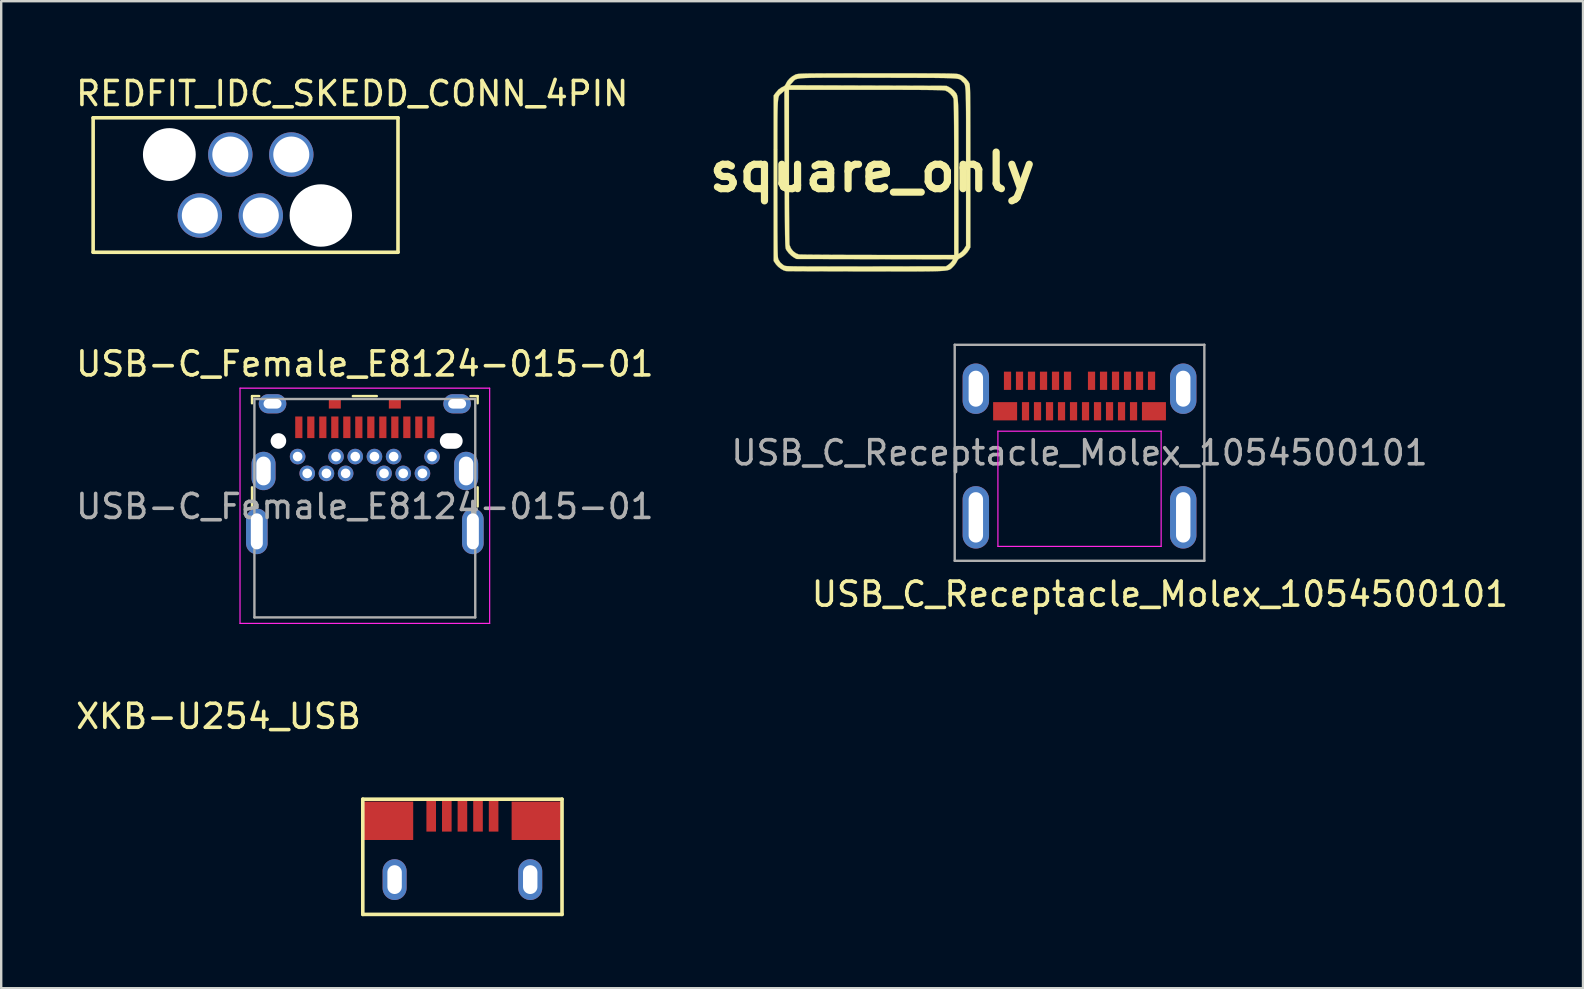
<source format=kicad_pcb>
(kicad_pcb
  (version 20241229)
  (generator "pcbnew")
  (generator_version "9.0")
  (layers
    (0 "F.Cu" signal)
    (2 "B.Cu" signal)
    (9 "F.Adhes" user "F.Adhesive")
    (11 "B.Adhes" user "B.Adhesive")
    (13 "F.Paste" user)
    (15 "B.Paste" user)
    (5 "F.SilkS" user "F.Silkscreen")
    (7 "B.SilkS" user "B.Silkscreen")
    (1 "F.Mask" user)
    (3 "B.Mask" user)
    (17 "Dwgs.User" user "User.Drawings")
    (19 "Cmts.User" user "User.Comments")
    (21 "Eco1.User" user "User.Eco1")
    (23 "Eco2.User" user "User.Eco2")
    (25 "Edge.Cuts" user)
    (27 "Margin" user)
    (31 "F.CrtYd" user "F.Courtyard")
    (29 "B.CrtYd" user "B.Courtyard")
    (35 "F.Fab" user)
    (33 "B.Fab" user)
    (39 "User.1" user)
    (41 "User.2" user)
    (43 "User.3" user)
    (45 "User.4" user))
  (footprint "USB_C_Receptacle_Molex_1054500101"
    (layer "F.Cu")
    (at 41.923 15.813)
    (property "Reference" "USB_C_Receptacle_Molex_1054500101" (at 3.35 5.89 0) (layer "F.SilkS") (effects (font (size 1 1) (thickness 0.15))))
    (attr smd)
    (fp_line (start -3.4 -0.9) (end 3.4 -0.9) (stroke (width 0.05) (type solid)) (layer "F.CrtYd"))
    (fp_line (start -3.4 3.9) (end -3.4 -0.9) (stroke (width 0.05) (type solid)) (layer "F.CrtYd"))
    (fp_line (start 3.4 -0.9) (end 3.4 3.9) (stroke (width 0.05) (type solid)) (layer "F.CrtYd"))
    (fp_line (start 3.4 3.9) (end -3.4 3.9) (stroke (width 0.05) (type solid)) (layer "F.CrtYd"))
    (fp_line (start -5.2 -4.5) (end -5.2 4.5) (stroke (width 0.1) (type solid)) (layer "F.Fab"))
    (fp_line (start -5.2 -4.5) (end 5.2 -4.5) (stroke (width 0.1) (type solid)) (layer "F.Fab"))
    (fp_line (start -5.2 4.5) (end 5.2 4.5) (stroke (width 0.1) (type solid)) (layer "F.Fab"))
    (fp_line (start 5.2 4.5) (end 5.2 -4.5) (stroke (width 0.1) (type solid)) (layer "F.Fab"))
    (fp_text user "${REFERENCE}" (at 0 0 0) (layer "F.Fab") (effects (font (size 1 1) (thickness 0.15))))
    (pad "A1" smd rect (at -3 -3) (size 0.3 0.76) (layers "F.Cu" "F.Mask" "F.Paste"))
    (pad "A2" smd rect (at -2.5 -3) (size 0.3 0.76) (layers "F.Cu" "F.Mask" "F.Paste"))
    (pad "A3" smd rect (at -2 -3) (size 0.3 0.76) (layers "F.Cu" "F.Mask" "F.Paste"))
    (pad "A4" smd rect (at -1.5 -3) (size 0.3 0.76) (layers "F.Cu" "F.Mask" "F.Paste"))
    (pad "A5" smd rect (at -1 -3) (size 0.3 0.76) (layers "F.Cu" "F.Mask" "F.Paste"))
    (pad "A6" smd rect (at -0.5 -3) (size 0.3 0.76) (layers "F.Cu" "F.Mask" "F.Paste"))
    (pad "A7" smd rect (at 0.5 -3) (size 0.3 0.76) (layers "F.Cu" "F.Mask" "F.Paste"))
    (pad "A8" smd rect (at 1 -3) (size 0.3 0.76) (layers "F.Cu" "F.Mask" "F.Paste"))
    (pad "A9" smd rect (at 1.5 -3) (size 0.3 0.76) (layers "F.Cu" "F.Mask" "F.Paste"))
    (pad "A10" smd rect (at 2 -3) (size 0.3 0.76) (layers "F.Cu" "F.Mask" "F.Paste"))
    (pad "A11" smd rect (at 2.5 -3) (size 0.3 0.76) (layers "F.Cu" "F.Mask" "F.Paste"))
    (pad "A12" smd rect (at 3 -3) (size 0.3 0.76) (layers "F.Cu" "F.Mask" "F.Paste"))
    (pad "B1" smd rect (at 3.1 -1.73) (size 1 0.76) (layers "F.Cu" "F.Mask" "F.Paste"))
    (pad "B2" smd rect (at 2.25 -1.73) (size 0.3 0.76) (layers "F.Cu" "F.Mask" "F.Paste"))
    (pad "B3" smd rect (at 1.75 -1.73) (size 0.3 0.76) (layers "F.Cu" "F.Mask" "F.Paste"))
    (pad "B4" smd rect (at 1.25 -1.73) (size 0.3 0.76) (layers "F.Cu" "F.Mask" "F.Paste"))
    (pad "B5" smd rect (at 0.75 -1.73) (size 0.3 0.76) (layers "F.Cu" "F.Mask" "F.Paste"))
    (pad "B6" smd rect (at 0.25 -1.73) (size 0.3 0.76) (layers "F.Cu" "F.Mask" "F.Paste"))
    (pad "B7" smd rect (at -0.25 -1.73) (size 0.3 0.76) (layers "F.Cu" "F.Mask" "F.Paste"))
    (pad "B8" smd rect (at -0.75 -1.73) (size 0.3 0.76) (layers "F.Cu" "F.Mask" "F.Paste"))
    (pad "B9" smd rect (at -1.25 -1.73) (size 0.3 0.76) (layers "F.Cu" "F.Mask" "F.Paste"))
    (pad "B10" smd rect (at -1.75 -1.73) (size 0.3 0.76) (layers "F.Cu" "F.Mask" "F.Paste"))
    (pad "B11" smd rect (at -2.25 -1.73) (size 0.3 0.76) (layers "F.Cu" "F.Mask" "F.Paste"))
    (pad "B12" smd rect (at -3.1 -1.73) (size 1 0.76) (layers "F.Cu" "F.Mask" "F.Paste"))
    (pad "S1" thru_hole oval (at -4.32 -2.67) (size 1.1 2.1) (drill oval 0.6 1.5) (layers "*.Cu" "*.Mask"))
    (pad "S1" thru_hole oval (at -4.32 2.69) (size 1.1 2.6) (drill oval 0.6 2.1) (layers "*.Cu" "*.Mask"))
    (pad "S1" thru_hole oval (at 4.32 -2.67) (size 1.1 2.1) (drill oval 0.6 1.5) (layers "*.Cu" "*.Mask"))
    (pad "S1" thru_hole oval (at 4.32 2.69) (size 1.1 2.6) (drill oval 0.6 2.1) (layers "*.Cu" "*.Mask")))
  (footprint "XKB-U254_USB"
    (layer "F.Cu")
    (at 16.214 32.644)
    (property "Reference" "XKB-U254_USB" (at -10.16 -5.85 0) (layer "F.SilkS") (effects (font (size 1 1) (thickness 0.15))))
    (attr through_hole)
    (fp_line (start -4.15 -2.4) (end -4.15 2.4) (stroke (width 0.15) (type solid)) (layer "F.SilkS"))
    (fp_line (start -4.15 -2.4) (end 4.15 -2.4) (stroke (width 0.15) (type solid)) (layer "F.SilkS"))
    (fp_line (start -4.15 2.4) (end 4.15 2.4) (stroke (width 0.15) (type solid)) (layer "F.SilkS"))
    (fp_line (start 4.15 -2.4) (end 4.15 2.4) (stroke (width 0.15) (type solid)) (layer "F.SilkS"))
    (pad "0" thru_hole oval (at -2.825 0.95) (size 1 1.7) (drill oval 0.6 1.2) (layers "*.Cu" "*.Mask"))
    (pad "0" thru_hole oval (at 2.825 0.95) (size 1 1.7) (drill oval 0.6 1.2) (layers "*.Cu" "*.Mask"))
    (pad "1" smd rect (at -1.3 -1.725) (size 0.4 1.35) (layers "F.Cu" "F.Mask" "F.Paste"))
    (pad "2" smd rect (at -0.65 -1.725) (size 0.4 1.35) (layers "F.Cu" "F.Mask" "F.Paste"))
    (pad "3" smd rect (at 0 -1.725) (size 0.4 1.35) (layers "F.Cu" "F.Mask" "F.Paste"))
    (pad "4" smd rect (at 0.65 -1.725) (size 0.4 1.35) (layers "F.Cu" "F.Mask" "F.Paste"))
    (pad "5" smd rect (at 1.3 -1.725) (size 0.4 1.35) (layers "F.Cu" "F.Mask" "F.Paste"))
    (pad "6" smd rect (at -3.1 -1.5) (size 2.1 1.6) (layers "F.Cu" "F.Mask" "F.Paste"))
    (pad "6" smd rect (at 3.1 -1.5) (size 2.1 1.6) (layers "F.Cu" "F.Mask" "F.Paste")))
  (footprint "square_only"
    (layer "F.Cu")
    (at 33.297 4.12)
    (property "Reference" "square_only" (at 0 0 0) (layer "F.SilkS") (effects (font (size 1.524 1.524) (thickness 0.3))))
    (attr through_hole)
    (fp_poly (pts (xy 0.692 -4.115) (xy 1.12 -4.115) (xy 1.502 -4.115) (xy 1.841 -4.114) (xy 2.141 -4.114) (xy 2.403 -4.113) (xy 2.631 -4.112) (xy 2.826 -4.111) (xy 2.992 -4.109) (xy 3.132 -4.107) (xy 3.247 -4.105) (xy 3.342 -4.102) (xy 3.418 -4.099) (xy 3.477 -4.095) (xy 3.524 -4.091) (xy 3.56 -4.086) (xy 3.589 -4.08) (xy 3.612 -4.074) (xy 3.633 -4.066) (xy 3.638 -4.064) (xy 3.769 -3.994) (xy 3.894 -3.888) (xy 3.998 -3.762) (xy 4.029 -3.708) (xy 4.036 -3.694) (xy 4.042 -3.676) (xy 4.048 -3.653) (xy 4.053 -3.62) (xy 4.057 -3.576) (xy 4.061 -3.519) (xy 4.064 -3.445) (xy 4.067 -3.351) (xy 4.069 -3.236) (xy 4.071 -3.097) (xy 4.072 -2.931) (xy 4.074 -2.735) (xy 4.075 -2.507) (xy 4.075 -2.244) (xy 4.076 -1.944) (xy 4.076 -1.604) (xy 4.077 -1.222) (xy 4.077 -0.794) (xy 4.077 -0.318) (xy 4.077 -0.241) (xy 4.077 3.137) (xy 4.022 3.24) (xy 3.955 3.338) (xy 3.863 3.436) (xy 3.763 3.52) (xy 3.668 3.576) (xy 3.654 3.582) (xy 3.587 3.619) (xy 3.54 3.682) (xy 3.521 3.722) (xy 3.477 3.8) (xy 3.41 3.887) (xy 3.354 3.946) (xy 3.326 3.974) (xy 3.301 3.998) (xy 3.277 4.021) (xy 3.251 4.04) (xy 3.221 4.058) (xy 3.183 4.073) (xy 3.136 4.087) (xy 3.076 4.098) (xy 3.001 4.108) (xy 2.909 4.116) (xy 2.796 4.122) (xy 2.66 4.127) (xy 2.499 4.131) (xy 2.309 4.134) (xy 2.089 4.136) (xy 1.835 4.138) (xy 1.544 4.138) (xy 1.215 4.138) (xy 0.845 4.138) (xy 0.43 4.137) (xy -0.032 4.137) (xy -0.29 4.136) (xy -0.694 4.136) (xy -1.084 4.135) (xy -1.458 4.134) (xy -1.812 4.133) (xy -2.143 4.132) (xy -2.449 4.131) (xy -2.726 4.13) (xy -2.971 4.129) (xy -3.181 4.128) (xy -3.353 4.126) (xy -3.483 4.125) (xy -3.57 4.124) (xy -3.609 4.122) (xy -3.61 4.122) (xy -3.709 4.09) (xy -3.819 4.026) (xy -3.926 3.944) (xy -4.013 3.853) (xy -4.032 3.826) (xy -4.115 3.703) (xy -4.115 -1.294) (xy -3.962 -1.294) (xy -3.962 -0.934) (xy -3.962 -0.53) (xy -3.962 -0.08) (xy -3.962 0.258) (xy -3.962 0.734) (xy -3.962 1.162) (xy -3.961 1.545) (xy -3.961 1.885) (xy -3.96 2.184) (xy -3.96 2.447) (xy -3.958 2.674) (xy -3.957 2.869) (xy -3.955 3.034) (xy -3.953 3.173) (xy -3.951 3.287) (xy -3.948 3.38) (xy -3.945 3.454) (xy -3.941 3.512) (xy -3.937 3.556) (xy -3.932 3.588) (xy -3.926 3.613) (xy -3.92 3.632) (xy -3.914 3.645) (xy -3.833 3.771) (xy -3.716 3.868) (xy -3.67 3.895) (xy -3.656 3.901) (xy -3.633 3.906) (xy -3.601 3.911) (xy -3.555 3.915) (xy -3.494 3.918) (xy -3.415 3.921) (xy -3.316 3.924) (xy -3.193 3.926) (xy -3.045 3.928) (xy -2.868 3.929) (xy -2.66 3.93) (xy -2.419 3.931) (xy -2.142 3.931) (xy -1.826 3.932) (xy -1.469 3.931) (xy -1.068 3.931) (xy -0.621 3.93) (xy -0.265 3.93) (xy 3.065 3.924) (xy 3.165 3.855) (xy 3.237 3.795) (xy 3.296 3.73) (xy 3.31 3.709) (xy 3.355 3.633) (xy -3.162 3.619) (xy -3.264 3.565) (xy -3.38 3.483) (xy -3.493 3.373) (xy -3.582 3.253) (xy -3.598 3.226) (xy -3.605 3.211) (xy -3.611 3.193) (xy -3.616 3.168) (xy -3.621 3.134) (xy -3.626 3.089) (xy -3.63 3.029) (xy -3.633 2.952) (xy -3.636 2.856) (xy -3.639 2.737) (xy -3.642 2.593) (xy -3.644 2.422) (xy -3.646 2.22) (xy -3.648 1.986) (xy -3.649 1.716) (xy -3.651 1.407) (xy -3.653 1.058) (xy -3.654 0.665) (xy -3.656 0.226) (xy -3.658 -0.126) (xy -3.67 -3.39) (xy -3.776 -3.294) (xy -3.802 -3.272) (xy -3.826 -3.253) (xy -3.848 -3.235) (xy -3.867 -3.215) (xy -3.884 -3.191) (xy -3.899 -3.16) (xy -3.912 -3.12) (xy -3.923 -3.067) (xy -3.932 -3) (xy -3.94 -2.915) (xy -3.946 -2.81) (xy -3.951 -2.683) (xy -3.955 -2.53) (xy -3.958 -2.349) (xy -3.96 -2.138) (xy -3.961 -1.893) (xy -3.962 -1.613) (xy -3.962 -1.294) (xy -4.115 -1.294) (xy -4.115 -3.193) (xy -4.042 -3.293) (xy -3.929 -3.423) (xy -3.922 -3.429) (xy -3.48 -3.429) (xy -3.479 -0.248) (xy -3.479 0.152) (xy -3.478 0.539) (xy -3.477 0.909) (xy -3.476 1.26) (xy -3.475 1.589) (xy -3.473 1.892) (xy -3.471 2.166) (xy -3.469 2.409) (xy -3.467 2.616) (xy -3.464 2.785) (xy -3.462 2.913) (xy -3.459 2.996) (xy -3.456 3.03) (xy -3.4 3.169) (xy -3.307 3.29) (xy -3.187 3.382) (xy -3.067 3.43) (xy -3.032 3.432) (xy -2.949 3.434) (xy -2.821 3.437) (xy -2.652 3.439) (xy -2.445 3.441) (xy -2.203 3.443) (xy -1.928 3.445) (xy -1.625 3.447) (xy -1.297 3.448) (xy -0.945 3.45) (xy -0.574 3.451) (xy -0.187 3.451) (xy 0.21 3.452) (xy 3.404 3.454) (xy 3.403 0.248) (xy 3.403 -0.291) (xy 3.403 -0.779) (xy 3.402 -1.218) (xy 3.4 -1.608) (xy 3.399 -1.95) (xy 3.396 -2.245) (xy 3.394 -2.493) (xy 3.391 -2.696) (xy 3.387 -2.853) (xy 3.384 -2.966) (xy 3.379 -3.034) (xy 3.376 -3.057) (xy 3.329 -3.155) (xy 3.248 -3.254) (xy 3.149 -3.338) (xy 3.046 -3.393) (xy 3.032 -3.398) (xy 3.005 -3.403) (xy 2.954 -3.407) (xy 2.879 -3.411) (xy 2.777 -3.414) (xy 2.646 -3.417) (xy 2.483 -3.42) (xy 2.287 -3.422) (xy 2.056 -3.424) (xy 1.786 -3.426) (xy 1.477 -3.427) (xy 1.127 -3.428) (xy 0.732 -3.428) (xy 0.29 -3.429) (xy -0.199 -3.429) (xy -0.276 -3.429) (xy -3.48 -3.429) (xy -3.922 -3.429) (xy -3.806 -3.519) (xy -3.725 -3.558) (xy -3.651 -3.603) (xy -3.642 -3.619) (xy -3.442 -3.619) (xy 3.086 -3.594) (xy 3.207 -3.535) (xy 3.299 -3.477) (xy 3.388 -3.402) (xy 3.415 -3.373) (xy 3.439 -3.346) (xy 3.46 -3.322) (xy 3.479 -3.299) (xy 3.496 -3.273) (xy 3.511 -3.243) (xy 3.525 -3.204) (xy 3.536 -3.156) (xy 3.546 -3.094) (xy 3.554 -3.017) (xy 3.561 -2.922) (xy 3.567 -2.805) (xy 3.571 -2.665) (xy 3.575 -2.499) (xy 3.577 -2.303) (xy 3.579 -2.076) (xy 3.58 -1.815) (xy 3.581 -1.516) (xy 3.581 -1.178) (xy 3.582 -0.798) (xy 3.581 -0.372) (xy 3.581 0.101) (xy 3.581 0.185) (xy 3.581 3.409) (xy 3.664 3.357) (xy 3.726 3.305) (xy 3.791 3.23) (xy 3.823 3.185) (xy 3.899 3.065) (xy 3.899 -0.239) (xy 3.899 -0.722) (xy 3.899 -1.156) (xy 3.899 -1.545) (xy 3.899 -1.891) (xy 3.899 -2.197) (xy 3.898 -2.465) (xy 3.896 -2.698) (xy 3.894 -2.899) (xy 3.891 -3.07) (xy 3.888 -3.214) (xy 3.883 -3.333) (xy 3.877 -3.43) (xy 3.87 -3.508) (xy 3.862 -3.57) (xy 3.852 -3.618) (xy 3.84 -3.654) (xy 3.827 -3.681) (xy 3.812 -3.703) (xy 3.796 -3.72) (xy 3.777 -3.737) (xy 3.756 -3.756) (xy 3.743 -3.768) (xy 3.722 -3.791) (xy 3.704 -3.811) (xy 3.686 -3.829) (xy 3.667 -3.845) (xy 3.643 -3.859) (xy 3.611 -3.872) (xy 3.569 -3.883) (xy 3.515 -3.892) (xy 3.445 -3.9) (xy 3.357 -3.906) (xy 3.248 -3.912) (xy 3.116 -3.916) (xy 2.957 -3.92) (xy 2.771 -3.922) (xy 2.552 -3.925) (xy 2.3 -3.926) (xy 2.011 -3.927) (xy 1.683 -3.928) (xy 1.313 -3.929) (xy 0.898 -3.93) (xy 0.436 -3.931) (xy 0.281 -3.931) (xy -0.205 -3.932) (xy -0.644 -3.933) (xy -1.036 -3.934) (xy -1.386 -3.935) (xy -1.696 -3.935) (xy -1.968 -3.934) (xy -2.205 -3.932) (xy -2.409 -3.93) (xy -2.584 -3.927) (xy -2.731 -3.922) (xy -2.855 -3.917) (xy -2.956 -3.909) (xy -3.038 -3.9) (xy -3.103 -3.89) (xy -3.155 -3.877) (xy -3.195 -3.863) (xy -3.226 -3.846) (xy -3.251 -3.827) (xy -3.273 -3.806) (xy -3.294 -3.782) (xy -3.317 -3.755) (xy -3.33 -3.74) (xy -3.442 -3.619) (xy -3.642 -3.619) (xy -3.607 -3.679) (xy -3.547 -3.789) (xy -3.452 -3.898) (xy -3.338 -3.993) (xy -3.219 -4.059) (xy -3.209 -4.063) (xy -3.189 -4.071) (xy -3.167 -4.077) (xy -3.141 -4.083) (xy -3.108 -4.089) (xy -3.066 -4.093) (xy -3.012 -4.097) (xy -2.943 -4.101) (xy -2.857 -4.104) (xy -2.751 -4.107) (xy -2.622 -4.109) (xy -2.468 -4.11) (xy -2.285 -4.112) (xy -2.072 -4.113) (xy -1.825 -4.114) (xy -1.542 -4.114) (xy -1.22 -4.114) (xy -0.856 -4.115) (xy -0.448 -4.115) (xy 0.007 -4.115) (xy 0.216 -4.115) (xy 0.692 -4.115)) (stroke (width 0.01) (type solid)) (fill yes) (layer "F.SilkS")))
  (footprint "USB-C_Female_E8124-015-01"
    (layer "F.Cu")
    (at 12.149 14.751)
    (property "Reference" "USB-C_Female_E8124-015-01" (at 0 -2.64 0) (layer "F.SilkS") (effects (font (size 1 1) (thickness 0.15))))
    (attr smd)
    (fp_line (start -4.7 -1.3) (end -4.7 -1) (stroke (width 0.1) (type solid)) (layer "F.SilkS"))
    (fp_line (start -4.7 -1.3) (end -4.4 -1.3) (stroke (width 0.1) (type solid)) (layer "F.SilkS"))
    (fp_line (start -4.7 2.5) (end -4.7 3.3) (stroke (width 0.1) (type solid)) (layer "F.SilkS"))
    (fp_line (start -0.5 -1.3) (end 0.5 -1.3) (stroke (width 0.1) (type solid)) (layer "F.SilkS"))
    (fp_line (start 4.4 -1.3) (end 4.7 -1.3) (stroke (width 0.1) (type solid)) (layer "F.SilkS"))
    (fp_line (start 4.7 -1.3) (end 4.7 -1) (stroke (width 0.1) (type solid)) (layer "F.SilkS"))
    (fp_line (start 4.7 2.5) (end 4.7 3.3) (stroke (width 0.1) (type solid)) (layer "F.SilkS"))
    (fp_line (start -5.2 -1.63) (end -5.2 8.17) (stroke (width 0.05) (type solid)) (layer "F.CrtYd"))
    (fp_line (start 5.2 -1.63) (end -5.2 -1.63) (stroke (width 0.05) (type solid)) (layer "F.CrtYd"))
    (fp_line (start 5.2 -1.63) (end 5.2 8.17) (stroke (width 0.05) (type solid)) (layer "F.CrtYd"))
    (fp_line (start 5.2 8.17) (end -5.2 8.17) (stroke (width 0.05) (type solid)) (layer "F.CrtYd"))
    (fp_line (start -4.6 -1.18) (end -4.6 7.92) (stroke (width 0.1) (type solid)) (layer "F.Fab"))
    (fp_line (start 4.6 -1.18) (end -4.6 -1.18) (stroke (width 0.1) (type solid)) (layer "F.Fab"))
    (fp_line (start 4.6 -1.18) (end 4.6 7.92) (stroke (width 0.1) (type solid)) (layer "F.Fab"))
    (fp_line (start 4.6 7.92) (end -4.6 7.92) (stroke (width 0.1) (type solid)) (layer "F.Fab"))
    (fp_text user "${REFERENCE}" (at 0 3.3 0) (layer "F.Fab") (effects (font (size 1 1) (thickness 0.15))))
    (pad "" np_thru_hole circle (at -3.6 0.57) (size 0.65 0.65) (drill 0.65) (layers "*.Cu" "*.Mask"))
    (pad "" smd rect (at -1.25 -0.98) (size 0.5 0.4) (layers "F.Cu" "F.Mask" "F.Paste"))
    (pad "" smd rect (at 1.25 -0.98) (size 0.5 0.4) (layers "F.Cu" "F.Mask" "F.Paste"))
    (pad "" np_thru_hole oval (at 3.6 0.57) (size 0.95 0.65) (drill oval 0.95 0.65) (layers "*.Cu" "*.Mask"))
    (pad "A1" smd rect (at -2.75 0) (size 0.3 0.9) (layers "F.Cu" "F.Mask" "F.Paste"))
    (pad "A2" smd rect (at -2.25 0) (size 0.3 0.9) (layers "F.Cu" "F.Mask" "F.Paste"))
    (pad "A3" smd rect (at -1.75 0) (size 0.3 0.9) (layers "F.Cu" "F.Mask" "F.Paste"))
    (pad "A4" smd rect (at -1.25 0) (size 0.3 0.9) (layers "F.Cu" "F.Mask" "F.Paste"))
    (pad "A5" smd rect (at -0.75 0) (size 0.3 0.9) (layers "F.Cu" "F.Mask" "F.Paste"))
    (pad "A6" smd rect (at -0.25 0) (size 0.3 0.9) (layers "F.Cu" "F.Mask" "F.Paste"))
    (pad "A7" smd rect (at 0.25 0) (size 0.3 0.9) (layers "F.Cu" "F.Mask" "F.Paste"))
    (pad "A8" smd rect (at 0.75 0) (size 0.3 0.9) (layers "F.Cu" "F.Mask" "F.Paste"))
    (pad "A9" smd rect (at 1.25 0) (size 0.3 0.9) (layers "F.Cu" "F.Mask" "F.Paste"))
    (pad "A10" smd rect (at 1.75 0) (size 0.3 0.9) (layers "F.Cu" "F.Mask" "F.Paste"))
    (pad "A11" smd rect (at 2.25 0) (size 0.3 0.9) (layers "F.Cu" "F.Mask" "F.Paste"))
    (pad "A12" smd rect (at 2.75 0) (size 0.3 0.9) (layers "F.Cu" "F.Mask" "F.Paste"))
    (pad "B1" thru_hole circle (at 2.8 1.22) (size 0.65 0.65) (drill 0.4) (layers "*.Cu" "*.Mask"))
    (pad "B2" thru_hole circle (at 2.4 1.92) (size 0.65 0.65) (drill 0.4) (layers "*.Cu" "*.Mask"))
    (pad "B3" thru_hole circle (at 1.6 1.92) (size 0.65 0.65) (drill 0.4) (layers "*.Cu" "*.Mask"))
    (pad "B4" thru_hole circle (at 1.2 1.22) (size 0.65 0.65) (drill 0.4) (layers "*.Cu" "*.Mask"))
    (pad "B5" thru_hole circle (at 0.8 1.92) (size 0.65 0.65) (drill 0.4) (layers "*.Cu" "*.Mask"))
    (pad "B6" thru_hole circle (at 0.4 1.22) (size 0.65 0.65) (drill 0.4) (layers "*.Cu" "*.Mask"))
    (pad "B7" thru_hole circle (at -0.4 1.22) (size 0.65 0.65) (drill 0.4) (layers "*.Cu" "*.Mask"))
    (pad "B8" thru_hole circle (at -0.8 1.92) (size 0.65 0.65) (drill 0.4) (layers "*.Cu" "*.Mask"))
    (pad "B9" thru_hole circle (at -1.2 1.22) (size 0.65 0.65) (drill 0.4) (layers "*.Cu" "*.Mask"))
    (pad "B10" thru_hole circle (at -1.6 1.92) (size 0.65 0.65) (drill 0.4) (layers "*.Cu" "*.Mask"))
    (pad "B11" thru_hole circle (at -2.4 1.92) (size 0.65 0.65) (drill 0.4) (layers "*.Cu" "*.Mask"))
    (pad "B12" thru_hole circle (at -2.8 1.22) (size 0.65 0.65) (drill 0.4) (layers "*.Cu" "*.Mask"))
    (pad "SH" thru_hole oval (at -4.5 4.335) (size 0.9 1.9) (drill oval 0.5 1.5) (layers "*.Cu" "*.Mask"))
    (pad "SH" thru_hole oval (at -4.22 1.82) (size 1 1.6) (drill oval 0.6 1.2) (layers "*.Cu" "*.Mask"))
    (pad "SH" thru_hole oval (at -3.845 -0.98) (size 1.15 0.8) (drill oval 0.75 0.4) (layers "*.Cu" "*.Mask"))
    (pad "SH" thru_hole oval (at 3.845 -0.98) (size 1.15 0.8) (drill oval 0.75 0.4) (layers "*.Cu" "*.Mask"))
    (pad "SH" thru_hole oval (at 4.22 1.82) (size 1 1.6) (drill oval 0.6 1.2) (layers "*.Cu" "*.Mask"))
    (pad "SH" thru_hole oval (at 4.5 4.335) (size 0.9 1.9) (drill oval 0.5 1.5) (layers "*.Cu" "*.Mask")))
  (footprint "REDFIT_IDC_SKEDD_CONN_4PIN"
    (layer "F.Cu")
    (at 7.18 4.658)
    (property "Reference" "REDFIT_IDC_SKEDD_CONN_4PIN" (at 4.445 -3.81 0) (layer "F.SilkS") (effects (font (size 1 1) (thickness 0.15))))
    (attr through_hole)
    (fp_line (start -6.35 -2.8) (end -6.35 2.8) (stroke (width 0.15) (type solid)) (layer "F.SilkS"))
    (fp_line (start -6.35 -2.8) (end 6.35 -2.8) (stroke (width 0.15) (type solid)) (layer "F.SilkS"))
    (fp_line (start 6.35 -2.8) (end 6.35 2.8) (stroke (width 0.15) (type solid)) (layer "F.SilkS"))
    (fp_line (start 6.35 2.8) (end -6.35 2.8) (stroke (width 0.15) (type solid)) (layer "F.SilkS"))
    (pad "" np_thru_hole circle (at -3.175 -1.27) (size 2.2 2.2) (drill 2.2) (layers "*.Cu" "*.Mask"))
    (pad "" np_thru_hole circle (at 3.135 1.27) (size 2.6 2.6) (drill 2.6) (layers "*.Cu" "*.Mask"))
    (pad "1" thru_hole circle (at -1.905 1.27) (size 1.85 1.85) (drill 1.5) (layers "*.Cu" "*.Mask"))
    (pad "2" thru_hole circle (at -0.635 -1.27) (size 1.85 1.85) (drill 1.5) (layers "*.Cu" "*.Mask"))
    (pad "3" thru_hole circle (at 0.635 1.27) (size 1.85 1.85) (drill 1.5) (layers "*.Cu" "*.Mask"))
    (pad "4" thru_hole circle (at 1.905 -1.27) (size 1.85 1.85) (drill 1.5) (layers "*.Cu" "*.Mask")))
  (gr_rect
    (start -3 -3)
    (end 62.898 38.119)
    (stroke (width 0.1) (type default))
    (fill no)
    (layer "Edge.Cuts")))
</source>
